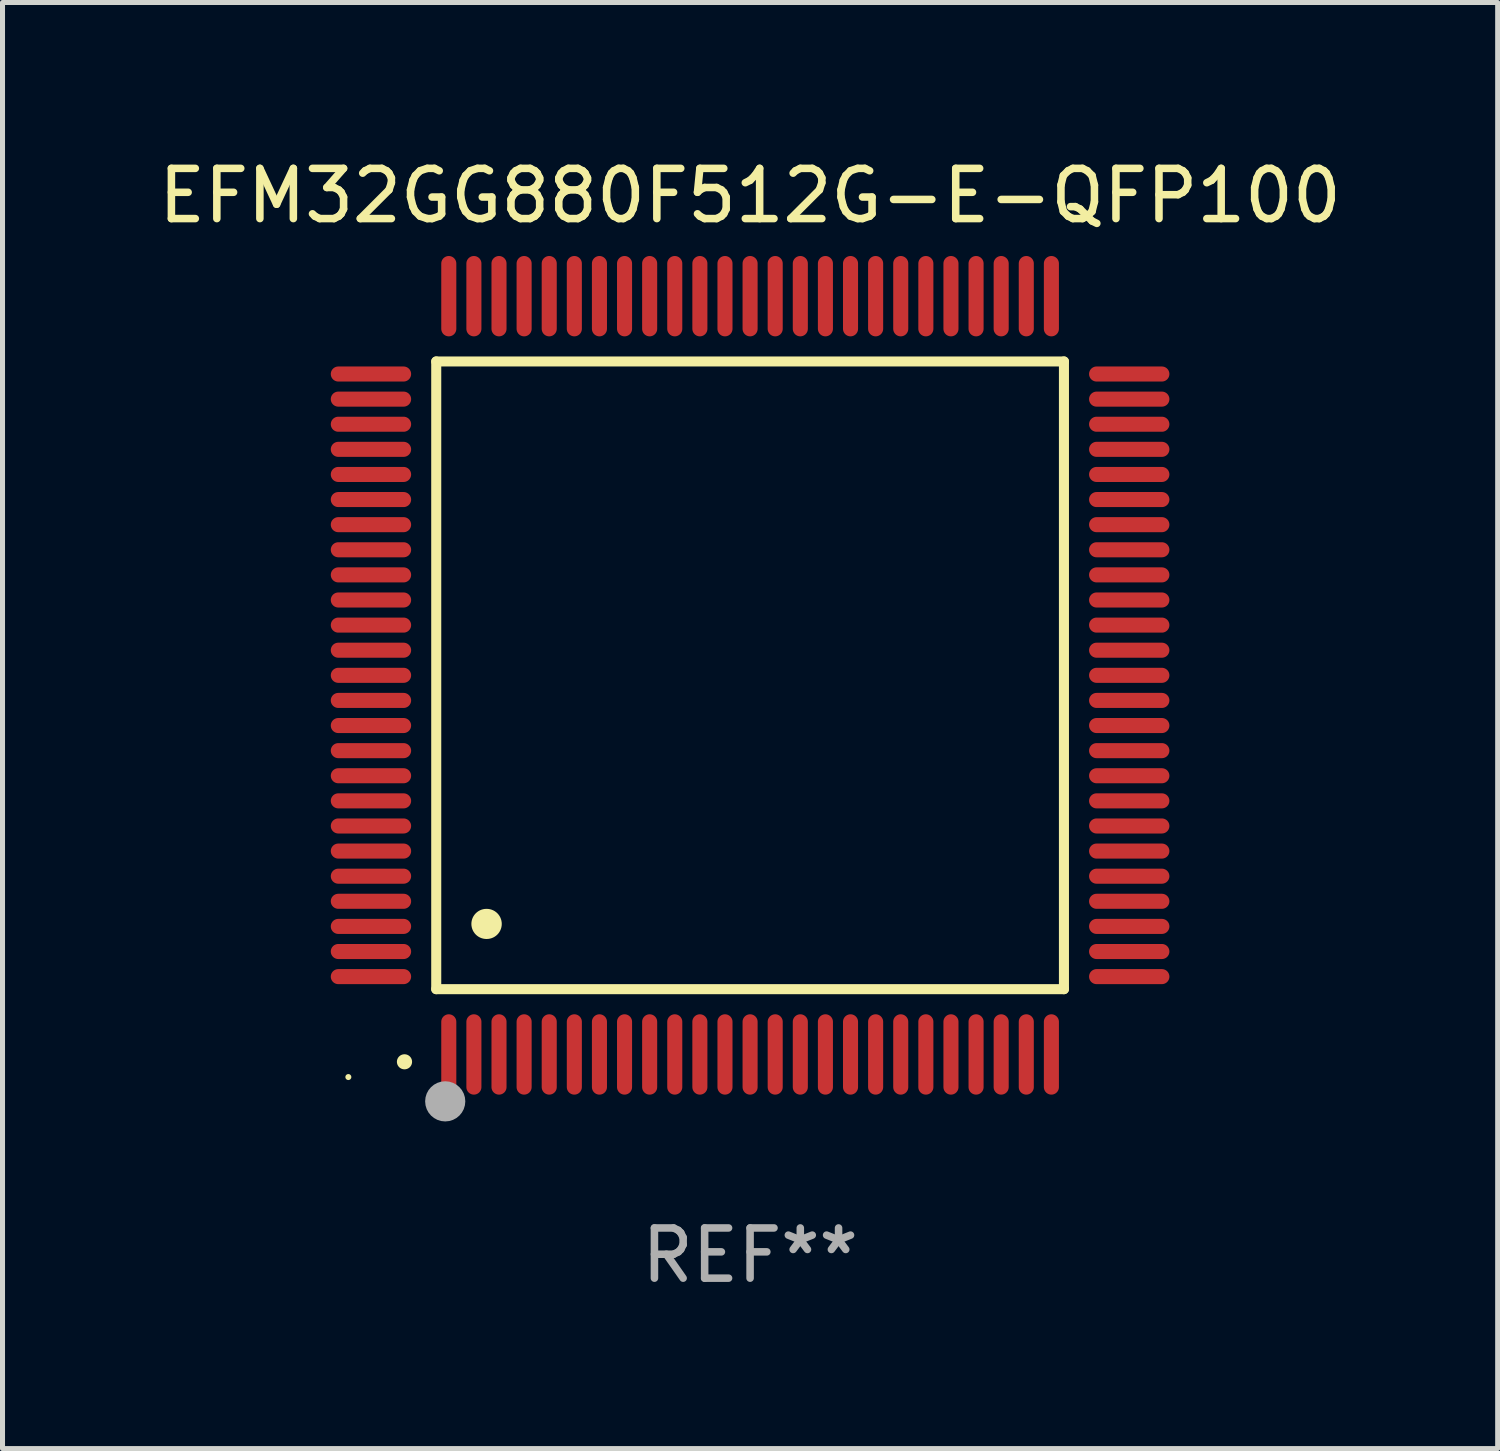
<source format=kicad_pcb>
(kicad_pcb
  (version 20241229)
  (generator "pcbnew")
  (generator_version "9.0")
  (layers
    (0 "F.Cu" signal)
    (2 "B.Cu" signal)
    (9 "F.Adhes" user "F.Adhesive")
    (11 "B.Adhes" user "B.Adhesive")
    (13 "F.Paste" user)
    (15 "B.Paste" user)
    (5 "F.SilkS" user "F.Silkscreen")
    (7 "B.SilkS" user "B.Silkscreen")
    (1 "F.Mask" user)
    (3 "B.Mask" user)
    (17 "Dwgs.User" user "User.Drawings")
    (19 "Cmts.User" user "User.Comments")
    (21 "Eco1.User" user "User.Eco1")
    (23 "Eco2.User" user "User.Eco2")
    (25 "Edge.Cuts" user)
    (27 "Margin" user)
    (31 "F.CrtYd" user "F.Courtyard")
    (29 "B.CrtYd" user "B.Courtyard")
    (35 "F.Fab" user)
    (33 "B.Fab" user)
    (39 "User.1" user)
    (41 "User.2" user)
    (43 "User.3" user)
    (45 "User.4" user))
  (footprint "EFM32GG880F512G-E-QFP100"
    (layer "F.Cu")
    (at 11.887 10.398)
    (property "Reference" "EFM32GG880F512G-E-QFP100" (at 0 -9.55 0) (layer "F.SilkS") (effects (font (size 1 1) (thickness 0.15))))
    (attr through_hole)
    (fp_line (start -6.25 -6.25) (end -6.25 6.25) (stroke (width 0.2) (type solid)) (layer "F.SilkS"))
    (fp_line (start -6.25 6.25) (end 6.25 6.25) (stroke (width 0.2) (type solid)) (layer "F.SilkS"))
    (fp_line (start 6.25 -6.25) (end -6.25 -6.25) (stroke (width 0.2) (type solid)) (layer "F.SilkS"))
    (fp_line (start 6.25 6.25) (end 6.25 -6.25) (stroke (width 0.2) (type solid)) (layer "F.SilkS"))
    (fp_arc (start -6.883414 7.696215) (mid -6.882144 7.69621) (end -6.880874 7.696215) (stroke (width 0.3) (type solid)) (layer "F.SilkS"))
    (fp_arc (start -5.250191 4.95047) (mid -5.247651 4.950459) (end -5.245111 4.95047) (stroke (width 0.6) (type solid)) (layer "F.SilkS"))
    (fp_circle (center -8 8) (end -7.97 8) (stroke (width 0.06) (type solid)) (fill no) (layer "F.SilkS"))
    (fp_circle (center -6.071 8.484) (end -5.871 8.484) (stroke (width 0.4) (type solid)) (fill no) (layer "F.Fab"))
    (fp_text user "REF**" (at 0 11.55 0) (layer "F.Fab") (effects (font (size 1 1) (thickness 0.15))))
    (pad "1" smd oval (at -6 7.55) (size 0.3 1.6) (layers "F.Cu" "F.Mask" "F.Paste"))
    (pad "2" smd oval (at -5.5 7.55) (size 0.3 1.6) (layers "F.Cu" "F.Mask" "F.Paste"))
    (pad "3" smd oval (at -5 7.55) (size 0.3 1.6) (layers "F.Cu" "F.Mask" "F.Paste"))
    (pad "4" smd oval (at -4.5 7.55) (size 0.3 1.6) (layers "F.Cu" "F.Mask" "F.Paste"))
    (pad "5" smd oval (at -4 7.55) (size 0.3 1.6) (layers "F.Cu" "F.Mask" "F.Paste"))
    (pad "6" smd oval (at -3.5 7.55) (size 0.3 1.6) (layers "F.Cu" "F.Mask" "F.Paste"))
    (pad "7" smd oval (at -3 7.55) (size 0.3 1.6) (layers "F.Cu" "F.Mask" "F.Paste"))
    (pad "8" smd oval (at -2.5 7.55) (size 0.3 1.6) (layers "F.Cu" "F.Mask" "F.Paste"))
    (pad "9" smd oval (at -2 7.55) (size 0.3 1.6) (layers "F.Cu" "F.Mask" "F.Paste"))
    (pad "10" smd oval (at -1.5 7.55) (size 0.3 1.6) (layers "F.Cu" "F.Mask" "F.Paste"))
    (pad "11" smd oval (at -1 7.55) (size 0.3 1.6) (layers "F.Cu" "F.Mask" "F.Paste"))
    (pad "12" smd oval (at -0.5 7.55) (size 0.3 1.6) (layers "F.Cu" "F.Mask" "F.Paste"))
    (pad "13" smd oval (at 0 7.55) (size 0.3 1.6) (layers "F.Cu" "F.Mask" "F.Paste"))
    (pad "14" smd oval (at 0.5 7.55) (size 0.3 1.6) (layers "F.Cu" "F.Mask" "F.Paste"))
    (pad "15" smd oval (at 1 7.55) (size 0.3 1.6) (layers "F.Cu" "F.Mask" "F.Paste"))
    (pad "16" smd oval (at 1.5 7.55) (size 0.3 1.6) (layers "F.Cu" "F.Mask" "F.Paste"))
    (pad "17" smd oval (at 2 7.55) (size 0.3 1.6) (layers "F.Cu" "F.Mask" "F.Paste"))
    (pad "18" smd oval (at 2.5 7.55) (size 0.3 1.6) (layers "F.Cu" "F.Mask" "F.Paste"))
    (pad "19" smd oval (at 3 7.55) (size 0.3 1.6) (layers "F.Cu" "F.Mask" "F.Paste"))
    (pad "20" smd oval (at 3.5 7.55) (size 0.3 1.6) (layers "F.Cu" "F.Mask" "F.Paste"))
    (pad "21" smd oval (at 4 7.55) (size 0.3 1.6) (layers "F.Cu" "F.Mask" "F.Paste"))
    (pad "22" smd oval (at 4.5 7.55) (size 0.3 1.6) (layers "F.Cu" "F.Mask" "F.Paste"))
    (pad "23" smd oval (at 5 7.55) (size 0.3 1.6) (layers "F.Cu" "F.Mask" "F.Paste"))
    (pad "24" smd oval (at 5.5 7.55) (size 0.3 1.6) (layers "F.Cu" "F.Mask" "F.Paste"))
    (pad "25" smd oval (at 6 7.55) (size 0.3 1.6) (layers "F.Cu" "F.Mask" "F.Paste"))
    (pad "26" smd oval (at 7.55 6) (size 1.6 0.3) (layers "F.Cu" "F.Mask" "F.Paste"))
    (pad "27" smd oval (at 7.55 5.5) (size 1.6 0.3) (layers "F.Cu" "F.Mask" "F.Paste"))
    (pad "28" smd oval (at 7.55 5) (size 1.6 0.3) (layers "F.Cu" "F.Mask" "F.Paste"))
    (pad "29" smd oval (at 7.55 4.5) (size 1.6 0.3) (layers "F.Cu" "F.Mask" "F.Paste"))
    (pad "30" smd oval (at 7.55 4) (size 1.6 0.3) (layers "F.Cu" "F.Mask" "F.Paste"))
    (pad "31" smd oval (at 7.55 3.5) (size 1.6 0.3) (layers "F.Cu" "F.Mask" "F.Paste"))
    (pad "32" smd oval (at 7.55 3) (size 1.6 0.3) (layers "F.Cu" "F.Mask" "F.Paste"))
    (pad "33" smd oval (at 7.55 2.5) (size 1.6 0.3) (layers "F.Cu" "F.Mask" "F.Paste"))
    (pad "34" smd oval (at 7.55 2) (size 1.6 0.3) (layers "F.Cu" "F.Mask" "F.Paste"))
    (pad "35" smd oval (at 7.55 1.5) (size 1.6 0.3) (layers "F.Cu" "F.Mask" "F.Paste"))
    (pad "36" smd oval (at 7.55 1) (size 1.6 0.3) (layers "F.Cu" "F.Mask" "F.Paste"))
    (pad "37" smd oval (at 7.55 0.5) (size 1.6 0.3) (layers "F.Cu" "F.Mask" "F.Paste"))
    (pad "38" smd oval (at 7.55 0) (size 1.6 0.3) (layers "F.Cu" "F.Mask" "F.Paste"))
    (pad "39" smd oval (at 7.55 -0.5) (size 1.6 0.3) (layers "F.Cu" "F.Mask" "F.Paste"))
    (pad "40" smd oval (at 7.55 -1) (size 1.6 0.3) (layers "F.Cu" "F.Mask" "F.Paste"))
    (pad "41" smd oval (at 7.55 -1.5) (size 1.6 0.3) (layers "F.Cu" "F.Mask" "F.Paste"))
    (pad "42" smd oval (at 7.55 -2) (size 1.6 0.3) (layers "F.Cu" "F.Mask" "F.Paste"))
    (pad "43" smd oval (at 7.55 -2.5) (size 1.6 0.3) (layers "F.Cu" "F.Mask" "F.Paste"))
    (pad "44" smd oval (at 7.55 -3) (size 1.6 0.3) (layers "F.Cu" "F.Mask" "F.Paste"))
    (pad "45" smd oval (at 7.55 -3.5) (size 1.6 0.3) (layers "F.Cu" "F.Mask" "F.Paste"))
    (pad "46" smd oval (at 7.55 -4) (size 1.6 0.3) (layers "F.Cu" "F.Mask" "F.Paste"))
    (pad "47" smd oval (at 7.55 -4.5) (size 1.6 0.3) (layers "F.Cu" "F.Mask" "F.Paste"))
    (pad "48" smd oval (at 7.55 -5) (size 1.6 0.3) (layers "F.Cu" "F.Mask" "F.Paste"))
    (pad "49" smd oval (at 7.55 -5.5) (size 1.6 0.3) (layers "F.Cu" "F.Mask" "F.Paste"))
    (pad "50" smd oval (at 7.55 -6) (size 1.6 0.3) (layers "F.Cu" "F.Mask" "F.Paste"))
    (pad "51" smd oval (at 6 -7.55) (size 0.3 1.6) (layers "F.Cu" "F.Mask" "F.Paste"))
    (pad "52" smd oval (at 5.5 -7.55) (size 0.3 1.6) (layers "F.Cu" "F.Mask" "F.Paste"))
    (pad "53" smd oval (at 5 -7.55) (size 0.3 1.6) (layers "F.Cu" "F.Mask" "F.Paste"))
    (pad "54" smd oval (at 4.5 -7.55) (size 0.3 1.6) (layers "F.Cu" "F.Mask" "F.Paste"))
    (pad "55" smd oval (at 4 -7.55) (size 0.3 1.6) (layers "F.Cu" "F.Mask" "F.Paste"))
    (pad "56" smd oval (at 3.5 -7.55) (size 0.3 1.6) (layers "F.Cu" "F.Mask" "F.Paste"))
    (pad "57" smd oval (at 3 -7.55) (size 0.3 1.6) (layers "F.Cu" "F.Mask" "F.Paste"))
    (pad "58" smd oval (at 2.5 -7.55) (size 0.3 1.6) (layers "F.Cu" "F.Mask" "F.Paste"))
    (pad "59" smd oval (at 2 -7.55) (size 0.3 1.6) (layers "F.Cu" "F.Mask" "F.Paste"))
    (pad "60" smd oval (at 1.5 -7.55) (size 0.3 1.6) (layers "F.Cu" "F.Mask" "F.Paste"))
    (pad "61" smd oval (at 1 -7.55) (size 0.3 1.6) (layers "F.Cu" "F.Mask" "F.Paste"))
    (pad "62" smd oval (at 0.5 -7.55) (size 0.3 1.6) (layers "F.Cu" "F.Mask" "F.Paste"))
    (pad "63" smd oval (at 0 -7.55) (size 0.3 1.6) (layers "F.Cu" "F.Mask" "F.Paste"))
    (pad "64" smd oval (at -0.5 -7.55) (size 0.3 1.6) (layers "F.Cu" "F.Mask" "F.Paste"))
    (pad "65" smd oval (at -1 -7.55) (size 0.3 1.6) (layers "F.Cu" "F.Mask" "F.Paste"))
    (pad "66" smd oval (at -1.5 -7.55) (size 0.3 1.6) (layers "F.Cu" "F.Mask" "F.Paste"))
    (pad "67" smd oval (at -2 -7.55) (size 0.3 1.6) (layers "F.Cu" "F.Mask" "F.Paste"))
    (pad "68" smd oval (at -2.5 -7.55) (size 0.3 1.6) (layers "F.Cu" "F.Mask" "F.Paste"))
    (pad "69" smd oval (at -3 -7.55) (size 0.3 1.6) (layers "F.Cu" "F.Mask" "F.Paste"))
    (pad "70" smd oval (at -3.5 -7.55) (size 0.3 1.6) (layers "F.Cu" "F.Mask" "F.Paste"))
    (pad "71" smd oval (at -4 -7.55) (size 0.3 1.6) (layers "F.Cu" "F.Mask" "F.Paste"))
    (pad "72" smd oval (at -4.5 -7.55) (size 0.3 1.6) (layers "F.Cu" "F.Mask" "F.Paste"))
    (pad "73" smd oval (at -5 -7.55) (size 0.3 1.6) (layers "F.Cu" "F.Mask" "F.Paste"))
    (pad "74" smd oval (at -5.5 -7.55) (size 0.3 1.6) (layers "F.Cu" "F.Mask" "F.Paste"))
    (pad "75" smd oval (at -6 -7.55) (size 0.3 1.6) (layers "F.Cu" "F.Mask" "F.Paste"))
    (pad "76" smd oval (at -7.55 -6) (size 1.6 0.3) (layers "F.Cu" "F.Mask" "F.Paste"))
    (pad "77" smd oval (at -7.55 -5.5) (size 1.6 0.3) (layers "F.Cu" "F.Mask" "F.Paste"))
    (pad "78" smd oval (at -7.55 -5) (size 1.6 0.3) (layers "F.Cu" "F.Mask" "F.Paste"))
    (pad "79" smd oval (at -7.55 -4.5) (size 1.6 0.3) (layers "F.Cu" "F.Mask" "F.Paste"))
    (pad "80" smd oval (at -7.55 -4) (size 1.6 0.3) (layers "F.Cu" "F.Mask" "F.Paste"))
    (pad "81" smd oval (at -7.55 -3.5) (size 1.6 0.3) (layers "F.Cu" "F.Mask" "F.Paste"))
    (pad "82" smd oval (at -7.55 -3) (size 1.6 0.3) (layers "F.Cu" "F.Mask" "F.Paste"))
    (pad "83" smd oval (at -7.55 -2.5) (size 1.6 0.3) (layers "F.Cu" "F.Mask" "F.Paste"))
    (pad "84" smd oval (at -7.55 -2) (size 1.6 0.3) (layers "F.Cu" "F.Mask" "F.Paste"))
    (pad "85" smd oval (at -7.55 -1.5) (size 1.6 0.3) (layers "F.Cu" "F.Mask" "F.Paste"))
    (pad "86" smd oval (at -7.55 -1) (size 1.6 0.3) (layers "F.Cu" "F.Mask" "F.Paste"))
    (pad "87" smd oval (at -7.55 -0.5) (size 1.6 0.3) (layers "F.Cu" "F.Mask" "F.Paste"))
    (pad "88" smd oval (at -7.55 0) (size 1.6 0.3) (layers "F.Cu" "F.Mask" "F.Paste"))
    (pad "89" smd oval (at -7.55 0.5) (size 1.6 0.3) (layers "F.Cu" "F.Mask" "F.Paste"))
    (pad "90" smd oval (at -7.55 1) (size 1.6 0.3) (layers "F.Cu" "F.Mask" "F.Paste"))
    (pad "91" smd oval (at -7.55 1.5) (size 1.6 0.3) (layers "F.Cu" "F.Mask" "F.Paste"))
    (pad "92" smd oval (at -7.55 2) (size 1.6 0.3) (layers "F.Cu" "F.Mask" "F.Paste"))
    (pad "93" smd oval (at -7.55 2.5) (size 1.6 0.3) (layers "F.Cu" "F.Mask" "F.Paste"))
    (pad "94" smd oval (at -7.55 3) (size 1.6 0.3) (layers "F.Cu" "F.Mask" "F.Paste"))
    (pad "95" smd oval (at -7.55 3.5) (size 1.6 0.3) (layers "F.Cu" "F.Mask" "F.Paste"))
    (pad "96" smd oval (at -7.55 4) (size 1.6 0.3) (layers "F.Cu" "F.Mask" "F.Paste"))
    (pad "97" smd oval (at -7.55 4.5) (size 1.6 0.3) (layers "F.Cu" "F.Mask" "F.Paste"))
    (pad "98" smd oval (at -7.55 5) (size 1.6 0.3) (layers "F.Cu" "F.Mask" "F.Paste"))
    (pad "99" smd oval (at -7.55 5.5) (size 1.6 0.3) (layers "F.Cu" "F.Mask" "F.Paste"))
    (pad "100" smd oval (at -7.55 6) (size 1.6 0.3) (layers "F.Cu" "F.Mask" "F.Paste")))
  (gr_rect
    (start -3 -3)
    (end 26.774 25.796)
    (stroke (width 0.1) (type default))
    (fill no)
    (layer "Edge.Cuts")))
</source>
